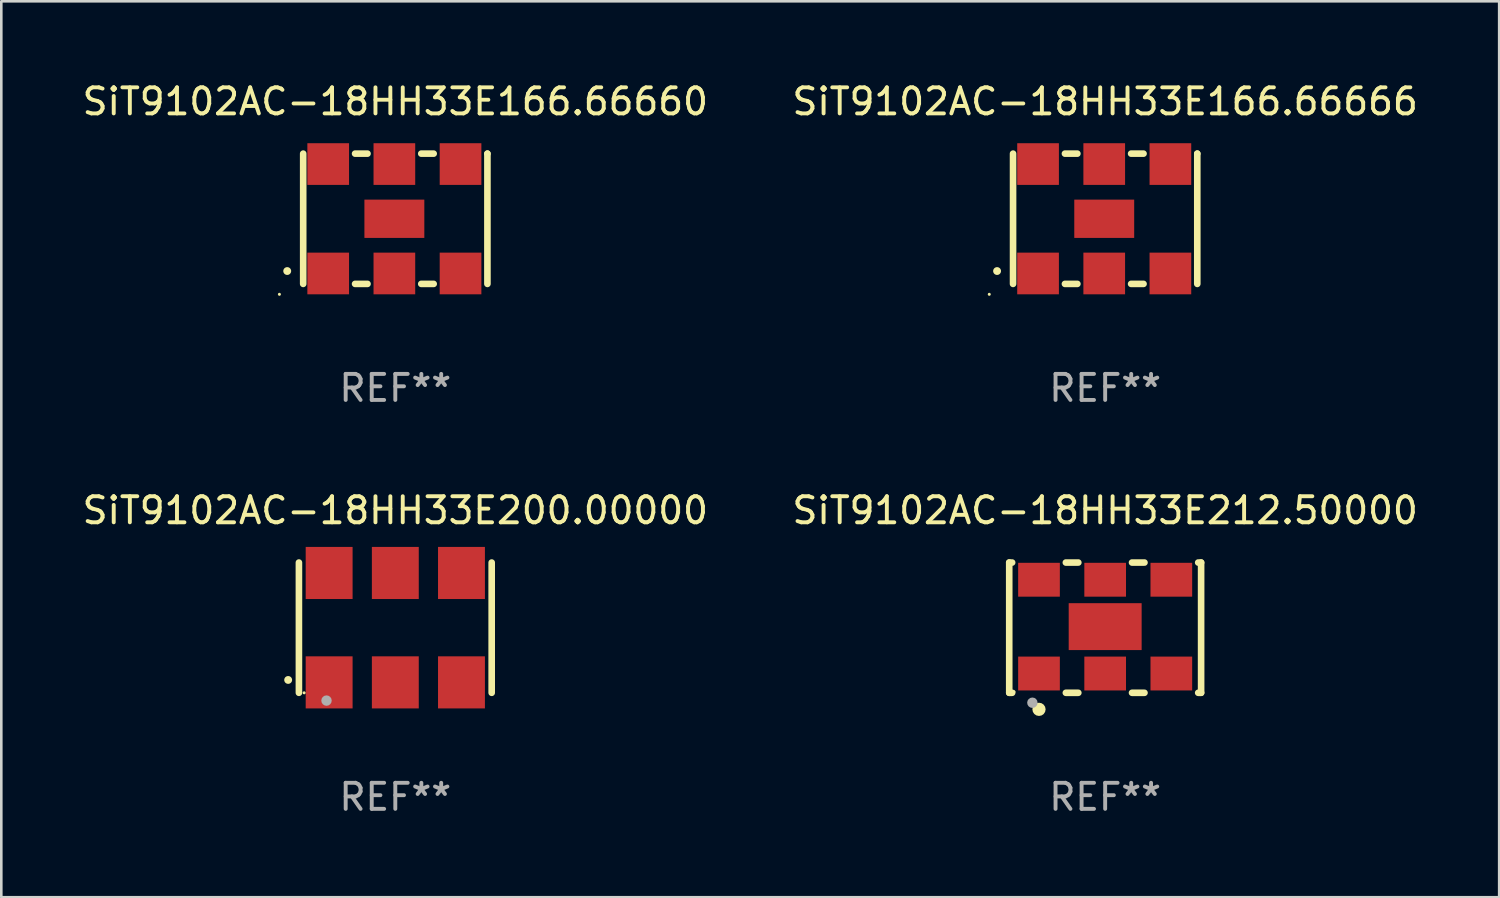
<source format=kicad_pcb>
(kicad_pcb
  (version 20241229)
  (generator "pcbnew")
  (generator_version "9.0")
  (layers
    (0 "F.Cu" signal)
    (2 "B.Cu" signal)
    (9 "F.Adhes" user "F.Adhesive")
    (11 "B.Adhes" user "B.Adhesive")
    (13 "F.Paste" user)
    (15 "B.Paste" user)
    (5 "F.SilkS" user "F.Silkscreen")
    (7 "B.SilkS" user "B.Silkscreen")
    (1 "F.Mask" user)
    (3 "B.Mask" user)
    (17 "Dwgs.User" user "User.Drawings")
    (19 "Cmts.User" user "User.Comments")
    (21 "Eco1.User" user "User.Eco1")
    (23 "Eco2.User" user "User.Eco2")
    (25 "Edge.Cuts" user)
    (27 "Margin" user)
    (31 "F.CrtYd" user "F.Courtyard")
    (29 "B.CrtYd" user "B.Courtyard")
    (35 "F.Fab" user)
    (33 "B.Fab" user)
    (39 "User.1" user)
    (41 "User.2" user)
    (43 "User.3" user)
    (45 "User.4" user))
  (footprint "SiT9102AC-18HH33E166.66660"
    (layer "F.Cu")
    (at 12.125 5.348)
    (property "Reference" "SiT9102AC-18HH33E166.66660" (at 0 -4.5 0) (layer "F.SilkS") (effects (font (size 1 1) (thickness 0.15))))
    (attr through_hole)
    (fp_line (start -3.536 -2.5) (end -3.536 2.5) (stroke (width 0.254) (type solid)) (layer "F.SilkS"))
    (fp_line (start -1.544 2.5) (end -1.067 2.5) (stroke (width 0.254) (type solid)) (layer "F.SilkS"))
    (fp_line (start -1.067 -2.5) (end -1.544 -2.5) (stroke (width 0.254) (type solid)) (layer "F.SilkS"))
    (fp_line (start 0.996 2.5) (end 1.473 2.5) (stroke (width 0.254) (type solid)) (layer "F.SilkS"))
    (fp_line (start 1.473 -2.5) (end 0.996 -2.5) (stroke (width 0.254) (type solid)) (layer "F.SilkS"))
    (fp_line (start 3.536 -2.5) (end 3.536 -2.5) (stroke (width 0.254) (type solid)) (layer "F.SilkS"))
    (fp_line (start 3.536 2.5) (end 3.536 -2.5) (stroke (width 0.254) (type solid)) (layer "F.SilkS"))
    (fp_arc (start -4.150432 2.006604) (mid -4.149162 2.006599) (end -4.147892 2.006604) (stroke (width 0.3) (type solid)) (layer "F.SilkS"))
    (fp_circle (center -4.449 2.9) (end -4.419 2.9) (stroke (width 0.06) (type solid)) (fill no) (layer "F.SilkS"))
    (fp_text user "REF**" (at 0 6.5 0) (layer "F.Fab") (effects (font (size 1 1) (thickness 0.15))))
    (pad "1" smd rect (at -2.576 2.1) (size 1.6 1.6) (layers "F.Cu" "F.Mask" "F.Paste"))
    (pad "2" smd rect (at -0.036 2.1) (size 1.6 1.6) (layers "F.Cu" "F.Mask" "F.Paste"))
    (pad "3" smd rect (at 2.504 2.1) (size 1.6 1.6) (layers "F.Cu" "F.Mask" "F.Paste"))
    (pad "4" smd rect (at 2.504 -2.1) (size 1.6 1.6) (layers "F.Cu" "F.Mask" "F.Paste"))
    (pad "5" smd rect (at -0.036 -2.1) (size 1.6 1.6) (layers "F.Cu" "F.Mask" "F.Paste"))
    (pad "6" smd rect (at -2.576 -2.1) (size 1.6 1.6) (layers "F.Cu" "F.Mask" "F.Paste"))
    (pad "7" smd rect (at -0.036 0) (size 2.3 1.47) (layers "F.Cu" "F.Mask" "F.Paste")))
  (footprint "SiT9102AC-18HH33E200.00000"
    (layer "F.Cu")
    (at 12.125 21.045)
    (property "Reference" "SiT9102AC-18HH33E200.00000" (at 0 -4.5 0) (layer "F.SilkS") (effects (font (size 1 1) (thickness 0.15))))
    (attr through_hole)
    (fp_line (start -3.7 -2.5) (end -3.7 2.5) (stroke (width 0.254) (type solid)) (layer "F.SilkS"))
    (fp_line (start 3.7 -2.5) (end 3.7 2.5) (stroke (width 0.254) (type solid)) (layer "F.SilkS"))
    (fp_arc (start -4.114415 2.006604) (mid -4.113145 2.006599) (end -4.111875 2.006604) (stroke (width 0.3) (type solid)) (layer "F.SilkS"))
    (fp_circle (center -3.5 2.501) (end -3.47 2.501) (stroke (width 0.06) (type solid)) (fill no) (layer "F.SilkS"))
    (fp_circle (center -2.641 2.799) (end -2.541 2.799) (stroke (width 0.2) (type solid)) (fill no) (layer "F.Fab"))
    (fp_text user "REF**" (at 0 6.5 0) (layer "F.Fab") (effects (font (size 1 1) (thickness 0.15))))
    (pad "1" smd rect (at -2.54 2.1) (size 1.8 2) (layers "F.Cu" "F.Mask" "F.Paste"))
    (pad "2" smd rect (at 0.000394 2.1) (size 1.8 2) (layers "F.Cu" "F.Mask" "F.Paste"))
    (pad "3" smd rect (at 2.54 2.1) (size 1.8 2) (layers "F.Cu" "F.Mask" "F.Paste"))
    (pad "4" smd rect (at 2.54 -2.1) (size 1.8 2) (layers "F.Cu" "F.Mask" "F.Paste"))
    (pad "5" smd rect (at 0.000394 -2.1) (size 1.8 2) (layers "F.Cu" "F.Mask" "F.Paste"))
    (pad "6" smd rect (at -2.54 -2.1) (size 1.8 2) (layers "F.Cu" "F.Mask" "F.Paste")))
  (footprint "SiT9102AC-18HH33E166.66666"
    (layer "F.Cu")
    (at 39.375 5.348)
    (property "Reference" "SiT9102AC-18HH33E166.66666" (at 0 -4.5 0) (layer "F.SilkS") (effects (font (size 1 1) (thickness 0.15))))
    (attr through_hole)
    (fp_line (start -3.536 -2.5) (end -3.536 2.5) (stroke (width 0.254) (type solid)) (layer "F.SilkS"))
    (fp_line (start -1.544 2.5) (end -1.067 2.5) (stroke (width 0.254) (type solid)) (layer "F.SilkS"))
    (fp_line (start -1.067 -2.5) (end -1.544 -2.5) (stroke (width 0.254) (type solid)) (layer "F.SilkS"))
    (fp_line (start 0.996 2.5) (end 1.473 2.5) (stroke (width 0.254) (type solid)) (layer "F.SilkS"))
    (fp_line (start 1.473 -2.5) (end 0.996 -2.5) (stroke (width 0.254) (type solid)) (layer "F.SilkS"))
    (fp_line (start 3.536 -2.5) (end 3.536 -2.5) (stroke (width 0.254) (type solid)) (layer "F.SilkS"))
    (fp_line (start 3.536 2.5) (end 3.536 -2.5) (stroke (width 0.254) (type solid)) (layer "F.SilkS"))
    (fp_arc (start -4.150432 2.006604) (mid -4.149162 2.006599) (end -4.147892 2.006604) (stroke (width 0.3) (type solid)) (layer "F.SilkS"))
    (fp_circle (center -4.449 2.9) (end -4.419 2.9) (stroke (width 0.06) (type solid)) (fill no) (layer "F.SilkS"))
    (fp_text user "REF**" (at 0 6.5 0) (layer "F.Fab") (effects (font (size 1 1) (thickness 0.15))))
    (pad "1" smd rect (at -2.576 2.1) (size 1.6 1.6) (layers "F.Cu" "F.Mask" "F.Paste"))
    (pad "2" smd rect (at -0.036 2.1) (size 1.6 1.6) (layers "F.Cu" "F.Mask" "F.Paste"))
    (pad "3" smd rect (at 2.504 2.1) (size 1.6 1.6) (layers "F.Cu" "F.Mask" "F.Paste"))
    (pad "4" smd rect (at 2.504 -2.1) (size 1.6 1.6) (layers "F.Cu" "F.Mask" "F.Paste"))
    (pad "5" smd rect (at -0.036 -2.1) (size 1.6 1.6) (layers "F.Cu" "F.Mask" "F.Paste"))
    (pad "6" smd rect (at -2.576 -2.1) (size 1.6 1.6) (layers "F.Cu" "F.Mask" "F.Paste"))
    (pad "7" smd rect (at -0.036 0) (size 2.3 1.47) (layers "F.Cu" "F.Mask" "F.Paste")))
  (footprint "SiT9102AC-18HH33E212.50000"
    (layer "F.Cu")
    (at 39.375 21.045)
    (property "Reference" "SiT9102AC-18HH33E212.50000" (at 0 -4.5 0) (layer "F.SilkS") (effects (font (size 1 1) (thickness 0.15))))
    (attr through_hole)
    (fp_line (start -3.683 -2.5) (end -3.571 -2.5) (stroke (width 0.254) (type solid)) (layer "F.SilkS"))
    (fp_line (start -3.683 2.5) (end -3.683 -2.5) (stroke (width 0.254) (type solid)) (layer "F.SilkS"))
    (fp_line (start -3.683 2.5) (end -3.571 2.5) (stroke (width 0.254) (type solid)) (layer "F.SilkS"))
    (fp_line (start -1.509 -2.5) (end -1.031 -2.5) (stroke (width 0.254) (type solid)) (layer "F.SilkS"))
    (fp_line (start -1.509 2.5) (end -1.031 2.5) (stroke (width 0.254) (type solid)) (layer "F.SilkS"))
    (fp_line (start 1.031 -2.5) (end 1.509 -2.5) (stroke (width 0.254) (type solid)) (layer "F.SilkS"))
    (fp_line (start 1.031 2.5) (end 1.509 2.5) (stroke (width 0.254) (type solid)) (layer "F.SilkS"))
    (fp_line (start 3.571 -2.5) (end 3.683 -2.5) (stroke (width 0.254) (type solid)) (layer "F.SilkS"))
    (fp_line (start 3.571 2.5) (end 3.683 2.5) (stroke (width 0.254) (type solid)) (layer "F.SilkS"))
    (fp_line (start 3.683 2.5) (end 3.683 -2.5) (stroke (width 0.254) (type solid)) (layer "F.SilkS"))
    (fp_circle (center -3.5 2.46) (end -3.47 2.46) (stroke (width 0.06) (type solid)) (fill no) (layer "F.SilkS"))
    (fp_circle (center -2.54 3.135) (end -2.413 3.135) (stroke (width 0.254) (type solid)) (fill no) (layer "F.SilkS"))
    (fp_circle (center -2.794 2.881) (end -2.694 2.881) (stroke (width 0.2) (type solid)) (fill no) (layer "F.Fab"))
    (fp_text user "REF**" (at 0 6.5 0) (layer "F.Fab") (effects (font (size 1 1) (thickness 0.15))))
    (pad "1" smd rect (at -2.54 1.76) (size 1.6 1.3) (layers "F.Cu" "F.Mask" "F.Paste"))
    (pad "2" smd rect (at 0 1.76) (size 1.6 1.3) (layers "F.Cu" "F.Mask" "F.Paste"))
    (pad "3" smd rect (at 2.54 1.76) (size 1.6 1.3) (layers "F.Cu" "F.Mask" "F.Paste"))
    (pad "4" smd rect (at 2.54 -1.84) (size 1.6 1.3) (layers "F.Cu" "F.Mask" "F.Paste"))
    (pad "5" smd rect (at 0 -1.84) (size 1.6 1.3) (layers "F.Cu" "F.Mask" "F.Paste"))
    (pad "6" smd rect (at -2.54 -1.84) (size 1.6 1.3) (layers "F.Cu" "F.Mask" "F.Paste"))
    (pad "7" smd rect (at 0 -0.04) (size 2.8 1.8) (layers "F.Cu" "F.Mask" "F.Paste")))
  (gr_rect
    (start -3 -3)
    (end 54.5 31.393)
    (stroke (width 0.1) (type default))
    (fill no)
    (layer "Edge.Cuts")))
</source>
